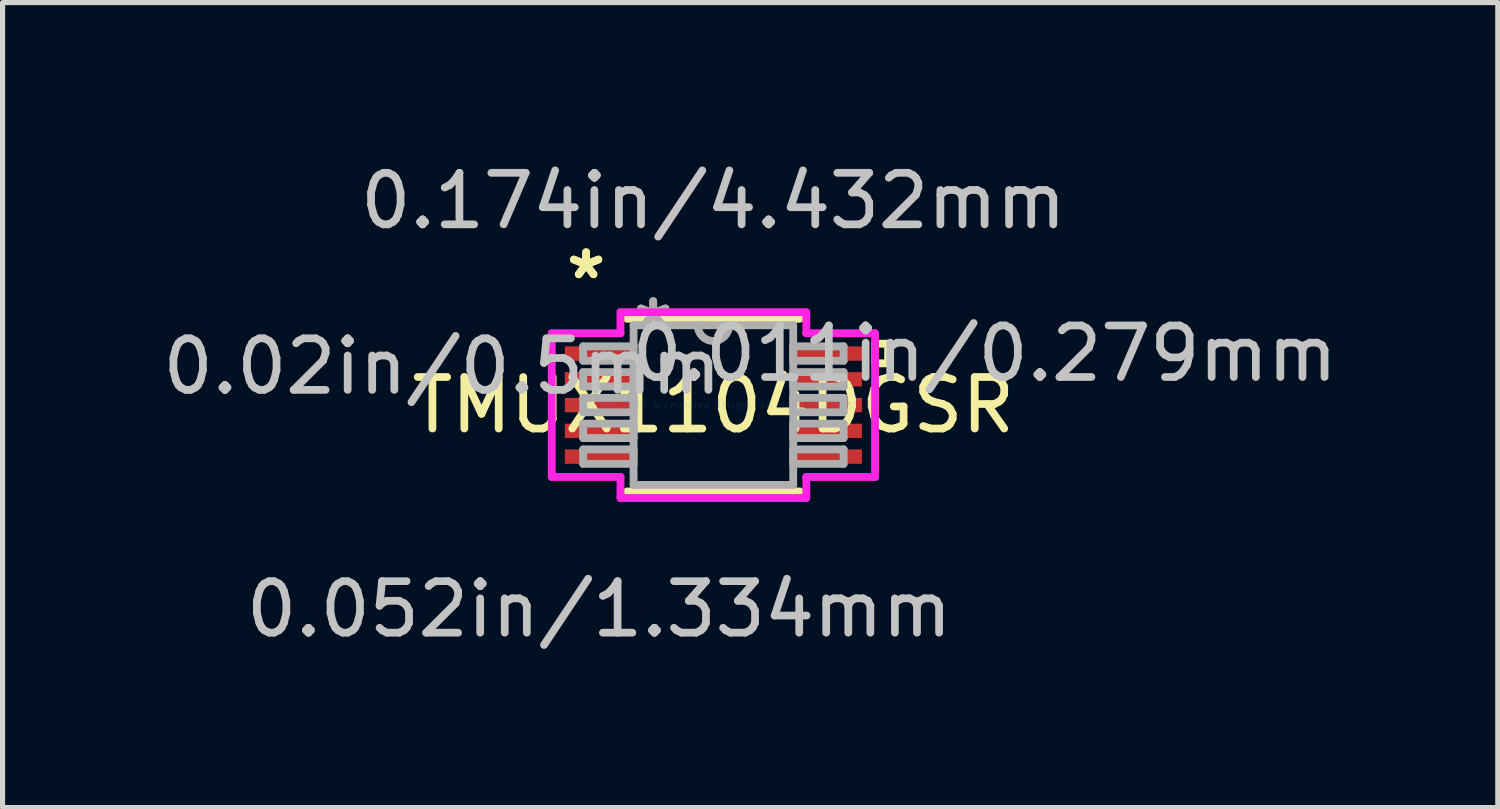
<source format=kicad_pcb>
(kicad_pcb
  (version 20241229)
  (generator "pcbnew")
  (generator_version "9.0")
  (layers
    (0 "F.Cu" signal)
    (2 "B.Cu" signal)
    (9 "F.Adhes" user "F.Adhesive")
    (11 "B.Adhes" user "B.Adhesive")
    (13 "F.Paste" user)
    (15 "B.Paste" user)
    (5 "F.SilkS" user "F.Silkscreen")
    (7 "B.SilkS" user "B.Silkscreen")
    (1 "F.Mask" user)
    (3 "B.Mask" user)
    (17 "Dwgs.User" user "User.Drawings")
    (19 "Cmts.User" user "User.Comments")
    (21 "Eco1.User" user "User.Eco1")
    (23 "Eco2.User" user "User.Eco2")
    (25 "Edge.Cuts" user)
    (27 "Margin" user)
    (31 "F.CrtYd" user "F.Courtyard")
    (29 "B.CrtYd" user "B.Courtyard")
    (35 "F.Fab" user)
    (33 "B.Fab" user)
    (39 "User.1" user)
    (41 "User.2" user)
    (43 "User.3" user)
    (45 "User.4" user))
  (footprint "TMUX1104DGSR"
    (layer "F.Cu")
    (at 10.794 4.811)
    (property "Reference" "TMUX1104DGSR" (at 0 0 0) (layer "F.SilkS") (effects (font (size 1 1) (thickness 0.15))))
    (attr through_hole)
    (fp_line (start -1.676 1.676) (end 1.676 1.676) (stroke (width 0.152) (type solid)) (layer "F.SilkS"))
    (fp_line (start 1.676 -1.676) (end -1.676 -1.676) (stroke (width 0.152) (type solid)) (layer "F.SilkS"))
    (fp_line (start 3.137 -1.191) (end 3.391 -1.191) (stroke (width 0.152) (type solid)) (layer "F.SilkS"))
    (fp_line (start 3.137 -0.81) (end 3.137 -1.191) (stroke (width 0.152) (type solid)) (layer "F.SilkS"))
    (fp_line (start 3.391 -1.191) (end 3.391 -0.81) (stroke (width 0.152) (type solid)) (layer "F.SilkS"))
    (fp_line (start 3.391 -0.81) (end 3.137 -0.81) (stroke (width 0.152) (type solid)) (layer "F.SilkS"))
    (fp_line (start -3.137 -1.394) (end -1.803 -1.394) (stroke (width 0.152) (type solid)) (layer "F.CrtYd"))
    (fp_line (start -3.137 1.394) (end -3.137 -1.394) (stroke (width 0.152) (type solid)) (layer "F.CrtYd"))
    (fp_line (start -1.803 -1.803) (end 1.803 -1.803) (stroke (width 0.152) (type solid)) (layer "F.CrtYd"))
    (fp_line (start -1.803 -1.394) (end -1.803 -1.803) (stroke (width 0.152) (type solid)) (layer "F.CrtYd"))
    (fp_line (start -1.803 1.394) (end -3.137 1.394) (stroke (width 0.152) (type solid)) (layer "F.CrtYd"))
    (fp_line (start -1.803 1.803) (end -1.803 1.394) (stroke (width 0.152) (type solid)) (layer "F.CrtYd"))
    (fp_line (start 1.803 -1.803) (end 1.803 -1.394) (stroke (width 0.152) (type solid)) (layer "F.CrtYd"))
    (fp_line (start 1.803 -1.394) (end 3.137 -1.394) (stroke (width 0.152) (type solid)) (layer "F.CrtYd"))
    (fp_line (start 1.803 1.394) (end 1.803 1.803) (stroke (width 0.152) (type solid)) (layer "F.CrtYd"))
    (fp_line (start 1.803 1.803) (end -1.803 1.803) (stroke (width 0.152) (type solid)) (layer "F.CrtYd"))
    (fp_line (start 3.137 -1.394) (end 3.137 1.394) (stroke (width 0.152) (type solid)) (layer "F.CrtYd"))
    (fp_line (start 3.137 1.394) (end 1.803 1.394) (stroke (width 0.152) (type solid)) (layer "F.CrtYd"))
    (fp_line (start -2.527 -1.14) (end -2.527 -0.86) (stroke (width 0.152) (type solid)) (layer "F.Fab"))
    (fp_line (start -2.527 -0.86) (end -1.549 -0.86) (stroke (width 0.152) (type solid)) (layer "F.Fab"))
    (fp_line (start -2.527 -0.64) (end -2.527 -0.36) (stroke (width 0.152) (type solid)) (layer "F.Fab"))
    (fp_line (start -2.527 -0.36) (end -1.549 -0.36) (stroke (width 0.152) (type solid)) (layer "F.Fab"))
    (fp_line (start -2.527 -0.14) (end -2.527 0.14) (stroke (width 0.152) (type solid)) (layer "F.Fab"))
    (fp_line (start -2.527 0.14) (end -1.549 0.14) (stroke (width 0.152) (type solid)) (layer "F.Fab"))
    (fp_line (start -2.527 0.36) (end -2.527 0.64) (stroke (width 0.152) (type solid)) (layer "F.Fab"))
    (fp_line (start -2.527 0.64) (end -1.549 0.64) (stroke (width 0.152) (type solid)) (layer "F.Fab"))
    (fp_line (start -2.527 0.86) (end -2.527 1.14) (stroke (width 0.152) (type solid)) (layer "F.Fab"))
    (fp_line (start -2.527 1.14) (end -1.549 1.14) (stroke (width 0.152) (type solid)) (layer "F.Fab"))
    (fp_line (start -1.549 -1.549) (end -1.549 1.549) (stroke (width 0.152) (type solid)) (layer "F.Fab"))
    (fp_line (start -1.549 -1.14) (end -2.527 -1.14) (stroke (width 0.152) (type solid)) (layer "F.Fab"))
    (fp_line (start -1.549 -0.86) (end -1.549 -1.14) (stroke (width 0.152) (type solid)) (layer "F.Fab"))
    (fp_line (start -1.549 -0.64) (end -2.527 -0.64) (stroke (width 0.152) (type solid)) (layer "F.Fab"))
    (fp_line (start -1.549 -0.36) (end -1.549 -0.64) (stroke (width 0.152) (type solid)) (layer "F.Fab"))
    (fp_line (start -1.549 -0.14) (end -2.527 -0.14) (stroke (width 0.152) (type solid)) (layer "F.Fab"))
    (fp_line (start -1.549 0.14) (end -1.549 -0.14) (stroke (width 0.152) (type solid)) (layer "F.Fab"))
    (fp_line (start -1.549 0.36) (end -2.527 0.36) (stroke (width 0.152) (type solid)) (layer "F.Fab"))
    (fp_line (start -1.549 0.64) (end -1.549 0.36) (stroke (width 0.152) (type solid)) (layer "F.Fab"))
    (fp_line (start -1.549 0.86) (end -2.527 0.86) (stroke (width 0.152) (type solid)) (layer "F.Fab"))
    (fp_line (start -1.549 1.14) (end -1.549 0.86) (stroke (width 0.152) (type solid)) (layer "F.Fab"))
    (fp_line (start -1.549 1.549) (end 1.549 1.549) (stroke (width 0.152) (type solid)) (layer "F.Fab"))
    (fp_line (start 1.549 -1.549) (end -1.549 -1.549) (stroke (width 0.152) (type solid)) (layer "F.Fab"))
    (fp_line (start 1.549 -1.14) (end 1.549 -0.86) (stroke (width 0.152) (type solid)) (layer "F.Fab"))
    (fp_line (start 1.549 -0.86) (end 2.527 -0.86) (stroke (width 0.152) (type solid)) (layer "F.Fab"))
    (fp_line (start 1.549 -0.64) (end 1.549 -0.36) (stroke (width 0.152) (type solid)) (layer "F.Fab"))
    (fp_line (start 1.549 -0.36) (end 2.527 -0.36) (stroke (width 0.152) (type solid)) (layer "F.Fab"))
    (fp_line (start 1.549 -0.14) (end 1.549 0.14) (stroke (width 0.152) (type solid)) (layer "F.Fab"))
    (fp_line (start 1.549 0.14) (end 2.527 0.14) (stroke (width 0.152) (type solid)) (layer "F.Fab"))
    (fp_line (start 1.549 0.36) (end 1.549 0.64) (stroke (width 0.152) (type solid)) (layer "F.Fab"))
    (fp_line (start 1.549 0.64) (end 2.527 0.64) (stroke (width 0.152) (type solid)) (layer "F.Fab"))
    (fp_line (start 1.549 0.86) (end 1.549 1.14) (stroke (width 0.152) (type solid)) (layer "F.Fab"))
    (fp_line (start 1.549 1.14) (end 2.527 1.14) (stroke (width 0.152) (type solid)) (layer "F.Fab"))
    (fp_line (start 1.549 1.549) (end 1.549 -1.549) (stroke (width 0.152) (type solid)) (layer "F.Fab"))
    (fp_line (start 2.527 -1.14) (end 1.549 -1.14) (stroke (width 0.152) (type solid)) (layer "F.Fab"))
    (fp_line (start 2.527 -0.86) (end 2.527 -1.14) (stroke (width 0.152) (type solid)) (layer "F.Fab"))
    (fp_line (start 2.527 -0.64) (end 1.549 -0.64) (stroke (width 0.152) (type solid)) (layer "F.Fab"))
    (fp_line (start 2.527 -0.36) (end 2.527 -0.64) (stroke (width 0.152) (type solid)) (layer "F.Fab"))
    (fp_line (start 2.527 -0.14) (end 1.549 -0.14) (stroke (width 0.152) (type solid)) (layer "F.Fab"))
    (fp_line (start 2.527 0.14) (end 2.527 -0.14) (stroke (width 0.152) (type solid)) (layer "F.Fab"))
    (fp_line (start 2.527 0.36) (end 1.549 0.36) (stroke (width 0.152) (type solid)) (layer "F.Fab"))
    (fp_line (start 2.527 0.64) (end 2.527 0.36) (stroke (width 0.152) (type solid)) (layer "F.Fab"))
    (fp_line (start 2.527 0.86) (end 1.549 0.86) (stroke (width 0.152) (type solid)) (layer "F.Fab"))
    (fp_line (start 2.527 1.14) (end 2.527 0.86) (stroke (width 0.152) (type solid)) (layer "F.Fab"))
    (fp_arc (start 0.3048 -1.5494) (mid 0 -1.2446) (end -0.3048 -1.5494) (stroke (width 0.1524) (type solid)) (layer "F.Fab"))
    (fp_text user "*" (at -2.47 -2.422 0) (layer "F.SilkS") (effects (font (size 1 1) (thickness 0.15))))
    (fp_text user "*" (at -2.47 -2.422 0) (layer "F.SilkS") (effects (font (size 1 1) (thickness 0.15))))
    (fp_text user "0.052in/1.334mm" (at -2.216 3.962 0) (layer "Dwgs.User") (effects (font (size 1 1) (thickness 0.15))))
    (fp_text user "0.174in/4.432mm" (at 0 -3.962 0) (layer "Dwgs.User") (effects (font (size 1 1) (thickness 0.15))))
    (fp_text user "0.02in/0.5mm" (at -5.264 -0.75 0) (layer "Dwgs.User") (effects (font (size 1 1) (thickness 0.15))))
    (fp_text user "0.011in/0.279mm" (at 5.264 -1 0) (layer "Dwgs.User") (effects (font (size 1 1) (thickness 0.15))))
    (fp_text user "Copyright 2016 Accelerated Designs. All rights reserved." (at 0 0 0) (layer "Cmts.User") (effects (font (size 0.127 0.127) (thickness 0.002))))
    (fp_text user "*" (at -1.168 -1.473 0) (layer "F.Fab") (effects (font (size 1 1) (thickness 0.15))))
    (fp_text user "*" (at -1.168 -1.473 0) (layer "F.Fab") (effects (font (size 1 1) (thickness 0.15))))
    (pad "1" smd rect (at -2.216 -1) (size 1.333 0.279) (layers "F.Cu" "F.Mask" "F.Paste"))
    (pad "2" smd rect (at -2.216 -0.5) (size 1.333 0.279) (layers "F.Cu" "F.Mask" "F.Paste"))
    (pad "3" smd rect (at -2.216 0) (size 1.333 0.279) (layers "F.Cu" "F.Mask" "F.Paste"))
    (pad "4" smd rect (at -2.216 0.5) (size 1.333 0.279) (layers "F.Cu" "F.Mask" "F.Paste"))
    (pad "5" smd rect (at -2.216 1) (size 1.333 0.279) (layers "F.Cu" "F.Mask" "F.Paste"))
    (pad "6" smd rect (at 2.216 1) (size 1.333 0.279) (layers "F.Cu" "F.Mask" "F.Paste"))
    (pad "7" smd rect (at 2.216 0.5) (size 1.333 0.279) (layers "F.Cu" "F.Mask" "F.Paste"))
    (pad "8" smd rect (at 2.216 0) (size 1.333 0.279) (layers "F.Cu" "F.Mask" "F.Paste"))
    (pad "9" smd rect (at 2.216 -0.5) (size 1.333 0.279) (layers "F.Cu" "F.Mask" "F.Paste"))
    (pad "10" smd rect (at 2.216 -1) (size 1.333 0.279) (layers "F.Cu" "F.Mask" "F.Paste")))
  (gr_rect
    (start -3 -3)
    (end 26.016 12.621)
    (stroke (width 0.1) (type default))
    (fill no)
    (layer "Edge.Cuts")))
</source>
